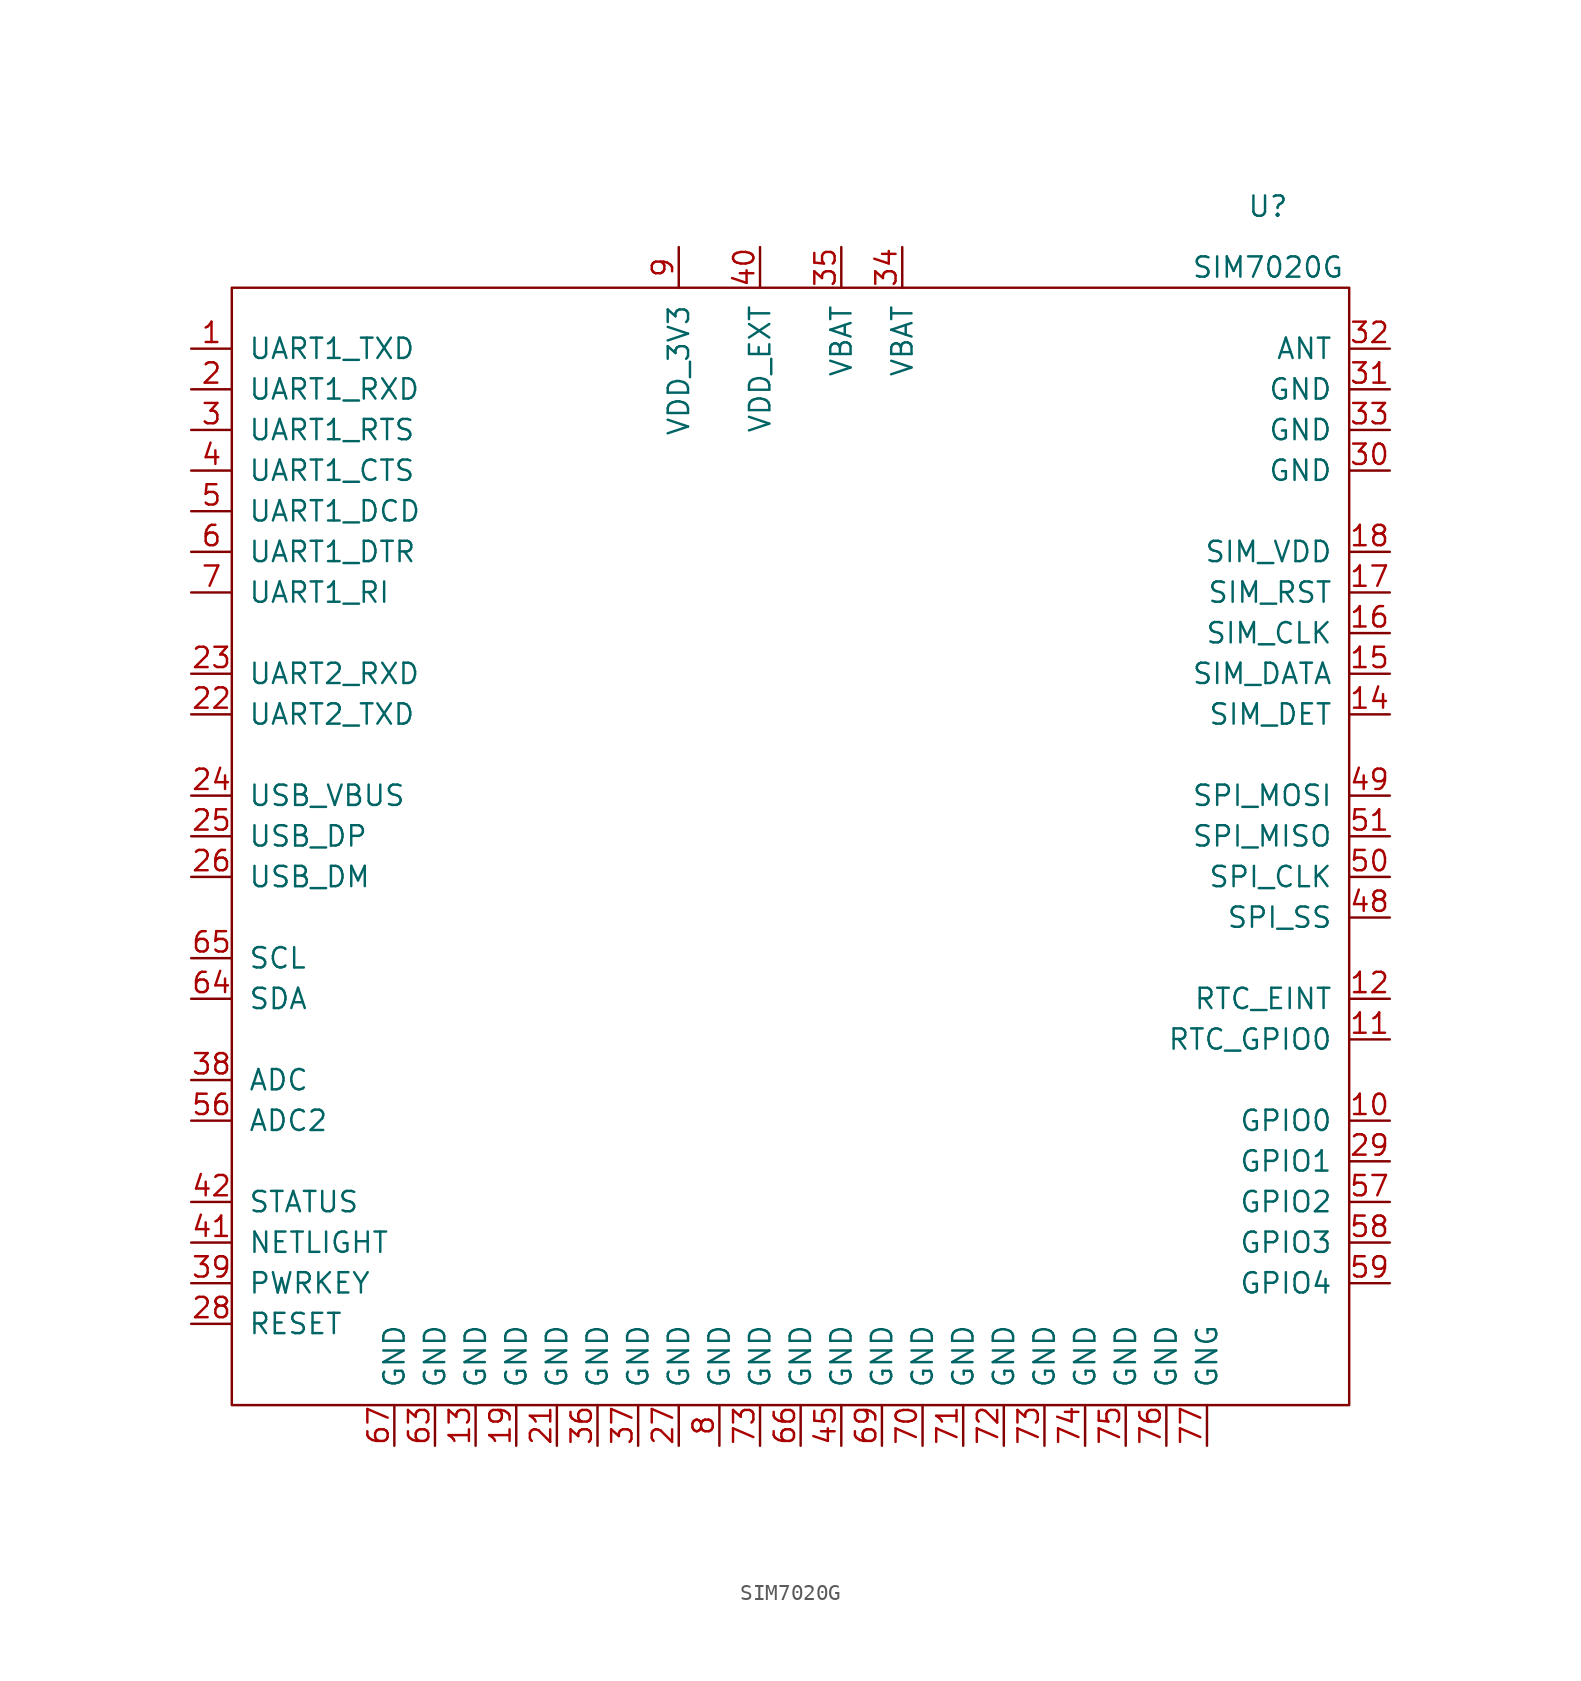
<source format=kicad_sym>
(kicad_symbol_lib
  (version 20201005)
  (generator kicad_symbol_editor)
  (symbol "SIM7020G"
    (pin_names
      (offset 1.016))
    (property "Reference" "U"
      (at 29.21 39.37 0)
      (effects (font (size 1.27 1.27))))
    (property "Value" "SIM7020G"
      (at 29.21 35.56 0)
      (effects (font (size 1.27 1.27))))
    (symbol "SIM7020G_0_1"
      (rectangle (start -35.56 34.29) (end 34.29 -35.56) (stroke (width 0)) (fill (type none))))
    (symbol "SIM7020G_1_1"
      (pin input line (at -38.1 30.48 0) (length 2.54) (name "UART1_TXD" (effects (font (size 1.27 1.27)))) (number "1" (effects (font (size 1.27 1.27)))))
      (pin input line (at 36.83 -17.78 180) (length 2.54) (name "GPIO0" (effects (font (size 1.27 1.27)))) (number "10" (effects (font (size 1.27 1.27)))))
      (pin input line (at 36.83 -12.7 180) (length 2.54) (name "RTC_GPIO0" (effects (font (size 1.27 1.27)))) (number "11" (effects (font (size 1.27 1.27)))))
      (pin input line (at 36.83 -10.16 180) (length 2.54) (name "RTC_EINT" (effects (font (size 1.27 1.27)))) (number "12" (effects (font (size 1.27 1.27)))))
      (pin input line (at -20.32 -38.1 90) (length 2.54) (name "GND" (effects (font (size 1.27 1.27)))) (number "13" (effects (font (size 1.27 1.27)))))
      (pin input line (at 36.83 7.62 180) (length 2.54) (name "SIM_DET" (effects (font (size 1.27 1.27)))) (number "14" (effects (font (size 1.27 1.27)))))
      (pin input line (at 36.83 10.16 180) (length 2.54) (name "SIM_DATA" (effects (font (size 1.27 1.27)))) (number "15" (effects (font (size 1.27 1.27)))))
      (pin input line (at 36.83 12.7 180) (length 2.54) (name "SIM_CLK" (effects (font (size 1.27 1.27)))) (number "16" (effects (font (size 1.27 1.27)))))
      (pin input line (at 36.83 15.24 180) (length 2.54) (name "SIM_RST" (effects (font (size 1.27 1.27)))) (number "17" (effects (font (size 1.27 1.27)))))
      (pin input line (at 36.83 17.78 180) (length 2.54) (name "SIM_VDD" (effects (font (size 1.27 1.27)))) (number "18" (effects (font (size 1.27 1.27)))))
      (pin input line (at -17.78 -38.1 90) (length 2.54) (name "GND" (effects (font (size 1.27 1.27)))) (number "19" (effects (font (size 1.27 1.27)))))
      (pin input line (at -38.1 27.94 0) (length 2.54) (name "UART1_RXD" (effects (font (size 1.27 1.27)))) (number "2" (effects (font (size 1.27 1.27)))))
      (pin no_connect line (at 16.51 2.54 0) (length 2.54) hide (name "NC" (effects (font (size 1.27 1.27)))) (number "20" (effects (font (size 1.27 1.27)))))
      (pin input line (at -15.24 -38.1 90) (length 2.54) (name "GND" (effects (font (size 1.27 1.27)))) (number "21" (effects (font (size 1.27 1.27)))))
      (pin input line (at -38.1 7.62 0) (length 2.54) (name "UART2_TXD" (effects (font (size 1.27 1.27)))) (number "22" (effects (font (size 1.27 1.27)))))
      (pin input line (at -38.1 10.16 0) (length 2.54) (name "UART2_RXD" (effects (font (size 1.27 1.27)))) (number "23" (effects (font (size 1.27 1.27)))))
      (pin input line (at -38.1 2.54 0) (length 2.54) (name "USB_VBUS" (effects (font (size 1.27 1.27)))) (number "24" (effects (font (size 1.27 1.27)))))
      (pin input line (at -38.1 0 0) (length 2.54) (name "USB_DP" (effects (font (size 1.27 1.27)))) (number "25" (effects (font (size 1.27 1.27)))))
      (pin input line (at -38.1 -2.54 0) (length 2.54) (name "USB_DM" (effects (font (size 1.27 1.27)))) (number "26" (effects (font (size 1.27 1.27)))))
      (pin input line (at -7.62 -38.1 90) (length 2.54) (name "GND" (effects (font (size 1.27 1.27)))) (number "27" (effects (font (size 1.27 1.27)))))
      (pin input line (at -38.1 -30.48 0) (length 2.54) (name "RESET" (effects (font (size 1.27 1.27)))) (number "28" (effects (font (size 1.27 1.27)))))
      (pin input line (at 36.83 -20.32 180) (length 2.54) (name "GPIO1" (effects (font (size 1.27 1.27)))) (number "29" (effects (font (size 1.27 1.27)))))
      (pin input line (at -38.1 25.4 0) (length 2.54) (name "UART1_RTS" (effects (font (size 1.27 1.27)))) (number "3" (effects (font (size 1.27 1.27)))))
      (pin input line (at 36.83 22.86 180) (length 2.54) (name "GND" (effects (font (size 1.27 1.27)))) (number "30" (effects (font (size 1.27 1.27)))))
      (pin input line (at 36.83 27.94 180) (length 2.54) (name "GND" (effects (font (size 1.27 1.27)))) (number "31" (effects (font (size 1.27 1.27)))))
      (pin input line (at 36.83 30.48 180) (length 2.54) (name "ANT" (effects (font (size 1.27 1.27)))) (number "32" (effects (font (size 1.27 1.27)))))
      (pin input line (at 36.83 25.4 180) (length 2.54) (name "GND" (effects (font (size 1.27 1.27)))) (number "33" (effects (font (size 1.27 1.27)))))
      (pin input line (at 6.35 36.83 270) (length 2.54) (name "VBAT" (effects (font (size 1.27 1.27)))) (number "34" (effects (font (size 1.27 1.27)))))
      (pin input line (at 2.54 36.83 270) (length 2.54) (name "VBAT" (effects (font (size 1.27 1.27)))) (number "35" (effects (font (size 1.27 1.27)))))
      (pin input line (at -12.7 -38.1 90) (length 2.54) (name "GND" (effects (font (size 1.27 1.27)))) (number "36" (effects (font (size 1.27 1.27)))))
      (pin input line (at -10.16 -38.1 90) (length 2.54) (name "GND" (effects (font (size 1.27 1.27)))) (number "37" (effects (font (size 1.27 1.27)))))
      (pin input line (at -38.1 -15.24 0) (length 2.54) (name "ADC" (effects (font (size 1.27 1.27)))) (number "38" (effects (font (size 1.27 1.27)))))
      (pin input line (at -38.1 -27.94 0) (length 2.54) (name "PWRKEY" (effects (font (size 1.27 1.27)))) (number "39" (effects (font (size 1.27 1.27)))))
      (pin input line (at -38.1 22.86 0) (length 2.54) (name "UART1_CTS" (effects (font (size 1.27 1.27)))) (number "4" (effects (font (size 1.27 1.27)))))
      (pin input line (at -2.54 36.83 270) (length 2.54) (name "VDD_EXT" (effects (font (size 1.27 1.27)))) (number "40" (effects (font (size 1.27 1.27)))))
      (pin input line (at -38.1 -25.4 0) (length 2.54) (name "NETLIGHT" (effects (font (size 1.27 1.27)))) (number "41" (effects (font (size 1.27 1.27)))))
      (pin input line (at -38.1 -22.86 0) (length 2.54) (name "STATUS" (effects (font (size 1.27 1.27)))) (number "42" (effects (font (size 1.27 1.27)))))
      (pin no_connect line (at 16.51 -7.62 0) (length 2.54) hide (name "NC" (effects (font (size 1.27 1.27)))) (number "43" (effects (font (size 1.27 1.27)))))
      (pin no_connect line (at 16.51 -17.78 0) (length 2.54) hide (name "NC" (effects (font (size 1.27 1.27)))) (number "44" (effects (font (size 1.27 1.27)))))
      (pin input line (at 2.54 -38.1 90) (length 2.54) (name "GND" (effects (font (size 1.27 1.27)))) (number "45" (effects (font (size 1.27 1.27)))))
      (pin no_connect line (at 16.51 -15.24 0) (length 2.54) hide (name "NC" (effects (font (size 1.27 1.27)))) (number "46" (effects (font (size 1.27 1.27)))))
      (pin no_connect line (at 16.51 -12.7 0) (length 2.54) hide (name "NC" (effects (font (size 1.27 1.27)))) (number "47" (effects (font (size 1.27 1.27)))))
      (pin input line (at 36.83 -5.08 180) (length 2.54) (name "SPI_SS" (effects (font (size 1.27 1.27)))) (number "48" (effects (font (size 1.27 1.27)))))
      (pin input line (at 36.83 2.54 180) (length 2.54) (name "SPI_MOSI" (effects (font (size 1.27 1.27)))) (number "49" (effects (font (size 1.27 1.27)))))
      (pin input line (at -38.1 20.32 0) (length 2.54) (name "UART1_DCD" (effects (font (size 1.27 1.27)))) (number "5" (effects (font (size 1.27 1.27)))))
      (pin input line (at 36.83 -2.54 180) (length 2.54) (name "SPI_CLK" (effects (font (size 1.27 1.27)))) (number "50" (effects (font (size 1.27 1.27)))))
      (pin input line (at 36.83 0 180) (length 2.54) (name "SPI_MISO" (effects (font (size 1.27 1.27)))) (number "51" (effects (font (size 1.27 1.27)))))
      (pin no_connect line (at 16.51 -27.94 0) (length 2.54) hide (name "NC" (effects (font (size 1.27 1.27)))) (number "52" (effects (font (size 1.27 1.27)))))
      (pin no_connect line (at 16.51 -25.4 0) (length 2.54) hide (name "NC" (effects (font (size 1.27 1.27)))) (number "53" (effects (font (size 1.27 1.27)))))
      (pin no_connect line (at 16.51 -22.86 0) (length 2.54) hide (name "NC" (effects (font (size 1.27 1.27)))) (number "54" (effects (font (size 1.27 1.27)))))
      (pin no_connect line (at 16.51 -20.32 0) (length 2.54) hide (name "NC" (effects (font (size 1.27 1.27)))) (number "55" (effects (font (size 1.27 1.27)))))
      (pin input line (at -38.1 -17.78 0) (length 2.54) (name "ADC2" (effects (font (size 1.27 1.27)))) (number "56" (effects (font (size 1.27 1.27)))))
      (pin input line (at 36.83 -22.86 180) (length 2.54) (name "GPIO2" (effects (font (size 1.27 1.27)))) (number "57" (effects (font (size 1.27 1.27)))))
      (pin input line (at 36.83 -25.4 180) (length 2.54) (name "GPIO3" (effects (font (size 1.27 1.27)))) (number "58" (effects (font (size 1.27 1.27)))))
      (pin input line (at 36.83 -27.94 180) (length 2.54) (name "GPIO4" (effects (font (size 1.27 1.27)))) (number "59" (effects (font (size 1.27 1.27)))))
      (pin input line (at -38.1 17.78 0) (length 2.54) (name "UART1_DTR" (effects (font (size 1.27 1.27)))) (number "6" (effects (font (size 1.27 1.27)))))
      (pin no_connect line (at 16.51 -5.08 0) (length 2.54) hide (name "NC" (effects (font (size 1.27 1.27)))) (number "60" (effects (font (size 1.27 1.27)))))
      (pin no_connect line (at 16.51 -2.54 0) (length 2.54) hide (name "NC" (effects (font (size 1.27 1.27)))) (number "61" (effects (font (size 1.27 1.27)))))
      (pin no_connect line (at 16.51 0 0) (length 2.54) hide (name "NC" (effects (font (size 1.27 1.27)))) (number "62" (effects (font (size 1.27 1.27)))))
      (pin input line (at -22.86 -38.1 90) (length 2.54) (name "GND" (effects (font (size 1.27 1.27)))) (number "63" (effects (font (size 1.27 1.27)))))
      (pin input line (at -38.1 -10.16 0) (length 2.54) (name "SDA" (effects (font (size 1.27 1.27)))) (number "64" (effects (font (size 1.27 1.27)))))
      (pin input line (at -38.1 -7.62 0) (length 2.54) (name "SCL" (effects (font (size 1.27 1.27)))) (number "65" (effects (font (size 1.27 1.27)))))
      (pin input line (at 0 -38.1 90) (length 2.54) (name "GND" (effects (font (size 1.27 1.27)))) (number "66" (effects (font (size 1.27 1.27)))))
      (pin input line (at -25.4 -38.1 90) (length 2.54) (name "GND" (effects (font (size 1.27 1.27)))) (number "67" (effects (font (size 1.27 1.27)))))
      (pin no_connect line (at 16.51 -10.16 0) (length 2.54) hide (name "NC" (effects (font (size 1.27 1.27)))) (number "68" (effects (font (size 1.27 1.27)))))
      (pin input line (at 5.08 -38.1 90) (length 2.54) (name "GND" (effects (font (size 1.27 1.27)))) (number "69" (effects (font (size 1.27 1.27)))))
      (pin input line (at -38.1 15.24 0) (length 2.54) (name "UART1_RI" (effects (font (size 1.27 1.27)))) (number "7" (effects (font (size 1.27 1.27)))))
      (pin input line (at 7.62 -38.1 90) (length 2.54) (name "GND" (effects (font (size 1.27 1.27)))) (number "70" (effects (font (size 1.27 1.27)))))
      (pin input line (at 10.16 -38.1 90) (length 2.54) (name "GND" (effects (font (size 1.27 1.27)))) (number "71" (effects (font (size 1.27 1.27)))))
      (pin input line (at 12.7 -38.1 90) (length 2.54) (name "GND" (effects (font (size 1.27 1.27)))) (number "72" (effects (font (size 1.27 1.27)))))
      (pin input line (at -2.54 -38.1 90) (length 2.54) (name "GND" (effects (font (size 1.27 1.27)))) (number "73" (effects (font (size 1.27 1.27)))))
      (pin input line (at 15.24 -38.1 90) (length 2.54) (name "GND" (effects (font (size 1.27 1.27)))) (number "73" (effects (font (size 1.27 1.27)))))
      (pin input line (at 17.78 -38.1 90) (length 2.54) (name "GND" (effects (font (size 1.27 1.27)))) (number "74" (effects (font (size 1.27 1.27)))))
      (pin input line (at 20.32 -38.1 90) (length 2.54) (name "GND" (effects (font (size 1.27 1.27)))) (number "75" (effects (font (size 1.27 1.27)))))
      (pin input line (at 22.86 -38.1 90) (length 2.54) (name "GND" (effects (font (size 1.27 1.27)))) (number "76" (effects (font (size 1.27 1.27)))))
      (pin input line (at 25.4 -38.1 90) (length 2.54) (name "GNG" (effects (font (size 1.27 1.27)))) (number "77" (effects (font (size 1.27 1.27)))))
      (pin input line (at -5.08 -38.1 90) (length 2.54) (name "GND" (effects (font (size 1.27 1.27)))) (number "8" (effects (font (size 1.27 1.27)))))
      (pin input line (at -7.62 36.83 270) (length 2.54) (name "VDD_3V3" (effects (font (size 1.27 1.27)))) (number "9" (effects (font (size 1.27 1.27))))))))
</source>
